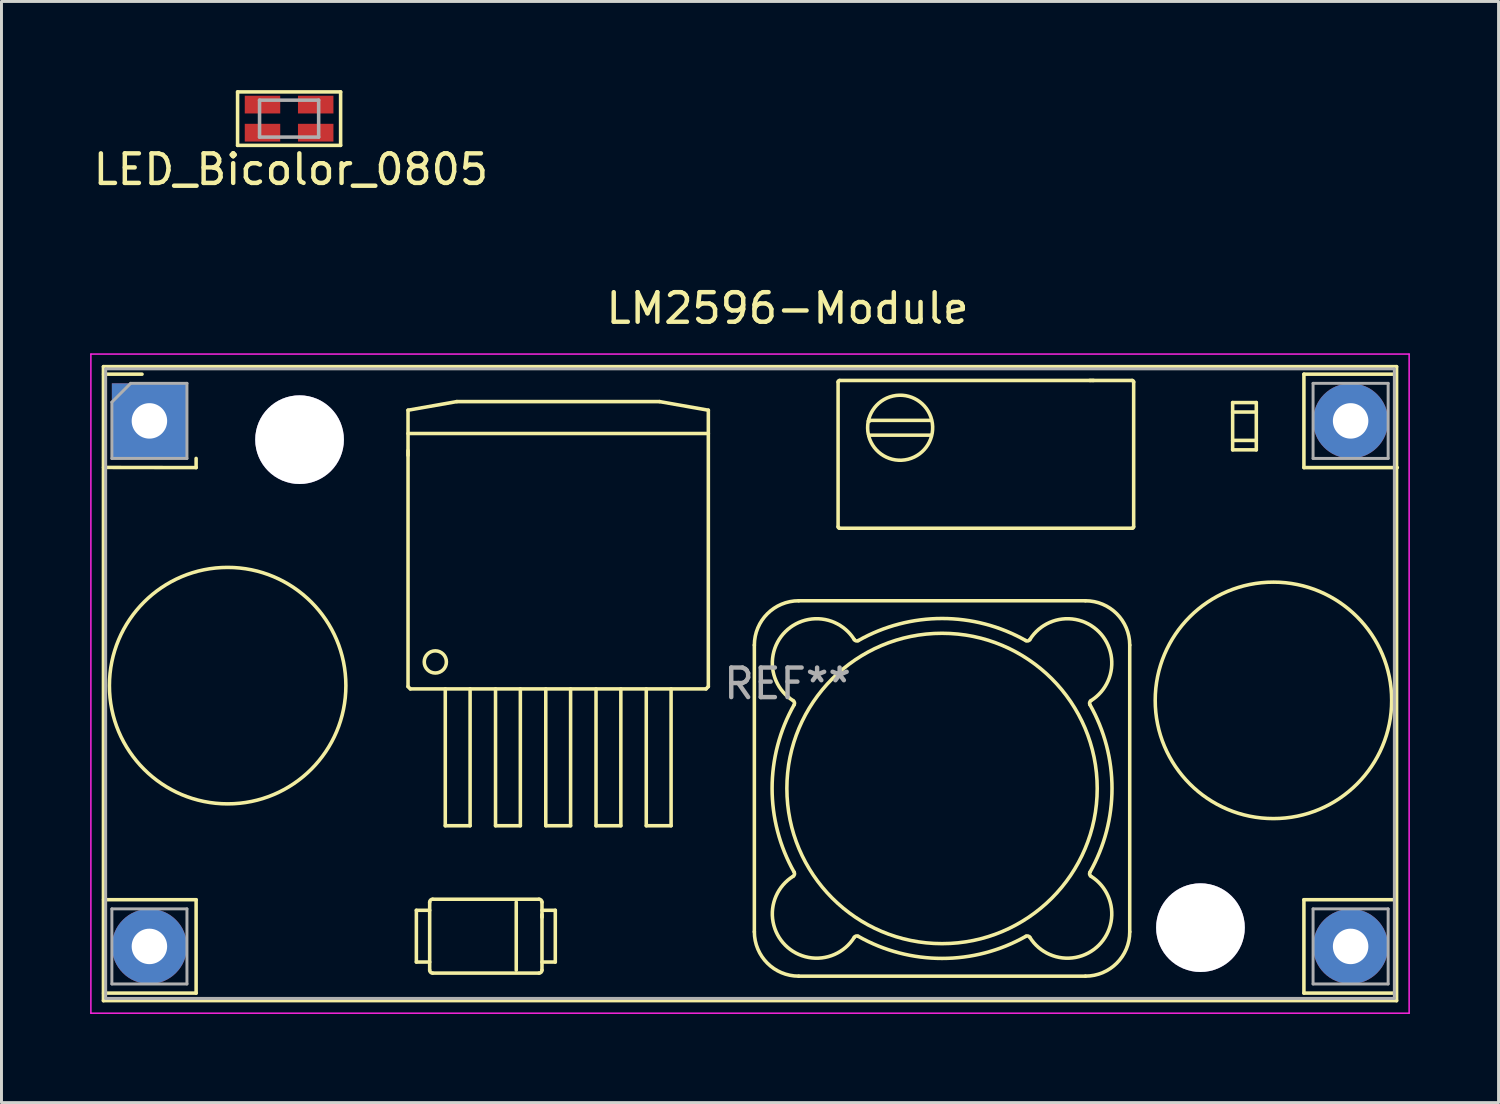
<source format=kicad_pcb>
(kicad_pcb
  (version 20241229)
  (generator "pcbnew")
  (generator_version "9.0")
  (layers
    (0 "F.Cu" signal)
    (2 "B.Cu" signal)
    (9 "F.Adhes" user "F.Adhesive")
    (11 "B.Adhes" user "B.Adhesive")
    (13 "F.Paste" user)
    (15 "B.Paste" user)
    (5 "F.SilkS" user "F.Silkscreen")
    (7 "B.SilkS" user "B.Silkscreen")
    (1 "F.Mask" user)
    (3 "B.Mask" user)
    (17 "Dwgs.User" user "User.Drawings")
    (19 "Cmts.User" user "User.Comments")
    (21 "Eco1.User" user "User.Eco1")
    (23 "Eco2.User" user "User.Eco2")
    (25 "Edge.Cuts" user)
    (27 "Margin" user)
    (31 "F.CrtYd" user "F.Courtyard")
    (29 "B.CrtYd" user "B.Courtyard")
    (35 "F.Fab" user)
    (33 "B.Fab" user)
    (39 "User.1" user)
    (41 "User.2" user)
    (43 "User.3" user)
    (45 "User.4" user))
  (footprint "LM2596-Module"
    (layer "F.Cu")
    (at 2.005 11.19)
    (property "Reference" "LM2596-Module" (at 21.59 -3.81 0) (layer "F.SilkS") (effects (font (size 1 1) (thickness 0.15))))
    (attr through_hole)
    (fp_line (start -1.555 -1.835) (end -1.555 19.615) (stroke (width 0.12) (type solid)) (layer "F.SilkS"))
    (fp_line (start -1.555 19.615) (end 42.195 19.615) (stroke (width 0.12) (type solid)) (layer "F.SilkS"))
    (fp_line (start -1.55 -1.58) (end -0.25 -1.58) (stroke (width 0.12) (type solid)) (layer "F.SilkS"))
    (fp_line (start -1.55 1.575) (end 1.58 1.58) (stroke (width 0.12) (type solid)) (layer "F.SilkS"))
    (fp_line (start -1.55 16.2) (end 1.58 16.2) (stroke (width 0.12) (type solid)) (layer "F.SilkS"))
    (fp_line (start -1.55 19.36) (end 1.58 19.36) (stroke (width 0.12) (type solid)) (layer "F.SilkS"))
    (fp_line (start 1.58 1.27) (end 1.58 1.58) (stroke (width 0.12) (type solid)) (layer "F.SilkS"))
    (fp_line (start 1.58 16.2) (end 1.58 19.36) (stroke (width 0.12) (type solid)) (layer "F.SilkS"))
    (fp_line (start 8.749 1.004) (end 8.749 1.166) (stroke (width 0.12) (type solid)) (layer "F.SilkS"))
    (fp_line (start 8.75 -0.362) (end 10.4 -0.653) (stroke (width 0.12) (type solid)) (layer "F.SilkS"))
    (fp_line (start 8.75 8.989) (end 8.75 -0.362) (stroke (width 0.12) (type solid)) (layer "F.SilkS"))
    (fp_line (start 8.75 8.989) (end 8.828 9.067) (stroke (width 0.12) (type solid)) (layer "F.SilkS"))
    (fp_line (start 8.828 9.067) (end 18.833 9.067) (stroke (width 0.12) (type solid)) (layer "F.SilkS"))
    (fp_line (start 9.032 16.558) (end 9.482 16.558) (stroke (width 0.12) (type solid)) (layer "F.SilkS"))
    (fp_line (start 9.032 18.308) (end 9.032 16.558) (stroke (width 0.12) (type solid)) (layer "F.SilkS"))
    (fp_line (start 9.482 18.308) (end 9.032 18.308) (stroke (width 0.12) (type solid)) (layer "F.SilkS"))
    (fp_line (start 9.482 18.583) (end 9.482 16.283) (stroke (width 0.12) (type solid)) (layer "F.SilkS"))
    (fp_line (start 9.582 16.183) (end 13.182 16.183) (stroke (width 0.12) (type solid)) (layer "F.SilkS"))
    (fp_line (start 10.01 13.697) (end 10.01 9.067) (stroke (width 0.12) (type solid)) (layer "F.SilkS"))
    (fp_line (start 10.01 13.697) (end 10.85 13.697) (stroke (width 0.12) (type solid)) (layer "F.SilkS"))
    (fp_line (start 10.4 -0.653) (end 17.26 -0.653) (stroke (width 0.12) (type solid)) (layer "F.SilkS"))
    (fp_line (start 10.85 13.697) (end 10.85 9.067) (stroke (width 0.12) (type solid)) (layer "F.SilkS"))
    (fp_line (start 11.71 13.697) (end 11.71 9.067) (stroke (width 0.12) (type solid)) (layer "F.SilkS"))
    (fp_line (start 11.71 13.697) (end 12.55 13.697) (stroke (width 0.12) (type solid)) (layer "F.SilkS"))
    (fp_line (start 12.411 16.283) (end 12.411 18.583) (stroke (width 0.12) (type solid)) (layer "F.SilkS"))
    (fp_line (start 12.55 13.697) (end 12.55 9.067) (stroke (width 0.12) (type solid)) (layer "F.SilkS"))
    (fp_line (start 13.182 18.683) (end 9.582 18.683) (stroke (width 0.12) (type solid)) (layer "F.SilkS"))
    (fp_line (start 13.282 16.283) (end 13.282 18.583) (stroke (width 0.12) (type solid)) (layer "F.SilkS"))
    (fp_line (start 13.282 16.558) (end 13.732 16.558) (stroke (width 0.12) (type solid)) (layer "F.SilkS"))
    (fp_line (start 13.283 16.795) (end 13.283 16.7) (stroke (width 0.12) (type solid)) (layer "F.SilkS"))
    (fp_line (start 13.41 13.697) (end 13.41 9.067) (stroke (width 0.12) (type solid)) (layer "F.SilkS"))
    (fp_line (start 13.41 13.697) (end 14.25 13.697) (stroke (width 0.12) (type solid)) (layer "F.SilkS"))
    (fp_line (start 13.732 16.558) (end 13.732 18.308) (stroke (width 0.12) (type solid)) (layer "F.SilkS"))
    (fp_line (start 13.732 18.308) (end 13.282 18.308) (stroke (width 0.12) (type solid)) (layer "F.SilkS"))
    (fp_line (start 14.25 13.697) (end 14.25 9.067) (stroke (width 0.12) (type solid)) (layer "F.SilkS"))
    (fp_line (start 15.11 13.697) (end 15.11 9.067) (stroke (width 0.12) (type solid)) (layer "F.SilkS"))
    (fp_line (start 15.11 13.697) (end 15.95 13.697) (stroke (width 0.12) (type solid)) (layer "F.SilkS"))
    (fp_line (start 15.95 13.697) (end 15.95 9.067) (stroke (width 0.12) (type solid)) (layer "F.SilkS"))
    (fp_line (start 16.81 13.697) (end 16.81 9.067) (stroke (width 0.12) (type solid)) (layer "F.SilkS"))
    (fp_line (start 16.81 13.697) (end 17.65 13.697) (stroke (width 0.12) (type solid)) (layer "F.SilkS"))
    (fp_line (start 17.26 -0.653) (end 18.91 -0.362) (stroke (width 0.12) (type solid)) (layer "F.SilkS"))
    (fp_line (start 17.65 13.697) (end 17.65 9.067) (stroke (width 0.12) (type solid)) (layer "F.SilkS"))
    (fp_line (start 18.833 9.067) (end 18.91 8.989) (stroke (width 0.12) (type solid)) (layer "F.SilkS"))
    (fp_line (start 18.91 0.427) (end 8.75 0.427) (stroke (width 0.12) (type solid)) (layer "F.SilkS"))
    (fp_line (start 18.91 8.989) (end 18.91 -0.362) (stroke (width 0.12) (type solid)) (layer "F.SilkS"))
    (fp_line (start 20.467 7.586) (end 20.467 17.286) (stroke (width 0.12) (type solid)) (layer "F.SilkS"))
    (fp_line (start 21.967 18.786) (end 31.667 18.786) (stroke (width 0.12) (type solid)) (layer "F.SilkS"))
    (fp_line (start 23.3 3.582) (end 23.3 -1.318) (stroke (width 0.12) (type solid)) (layer "F.SilkS"))
    (fp_line (start 23.35 -1.368) (end 33.25 -1.368) (stroke (width 0.12) (type solid)) (layer "F.SilkS"))
    (fp_line (start 24.336 -0.049) (end 24.361 -0.018) (stroke (width 0.12) (type solid)) (layer "F.SilkS"))
    (fp_line (start 24.349 0.007) (end 24.324 0.002) (stroke (width 0.12) (type solid)) (layer "F.SilkS"))
    (fp_line (start 24.349 0.007) (end 24.356 -0.024) (stroke (width 0.12) (type solid)) (layer "F.SilkS"))
    (fp_line (start 24.349 0.007) (end 24.361 -0.018) (stroke (width 0.12) (type solid)) (layer "F.SilkS"))
    (fp_line (start 24.361 0.482) (end 26.439 0.482) (stroke (width 0.12) (type solid)) (layer "F.SilkS"))
    (fp_line (start 26.439 -0.018) (end 24.361 -0.018) (stroke (width 0.12) (type solid)) (layer "F.SilkS"))
    (fp_line (start 31.667 6.086) (end 21.967 6.086) (stroke (width 0.12) (type solid)) (layer "F.SilkS"))
    (fp_line (start 31.859 -1.369) (end 31.814 -1.369) (stroke (width 0.12) (type solid)) (layer "F.SilkS"))
    (fp_line (start 31.942 -1.369) (end 31.908 -1.369) (stroke (width 0.12) (type solid)) (layer "F.SilkS"))
    (fp_line (start 33.167 17.286) (end 33.167 7.586) (stroke (width 0.12) (type solid)) (layer "F.SilkS"))
    (fp_line (start 33.25 3.632) (end 23.35 3.632) (stroke (width 0.12) (type solid)) (layer "F.SilkS"))
    (fp_line (start 33.3 -1.318) (end 33.3 3.582) (stroke (width 0.12) (type solid)) (layer "F.SilkS"))
    (fp_line (start 36.649 -0.3) (end 37.449 -0.3) (stroke (width 0.12) (type solid)) (layer "F.SilkS"))
    (fp_line (start 36.649 0.98) (end 36.649 -0.62) (stroke (width 0.12) (type solid)) (layer "F.SilkS"))
    (fp_line (start 37.449 -0.62) (end 36.649 -0.62) (stroke (width 0.12) (type solid)) (layer "F.SilkS"))
    (fp_line (start 37.449 -0.62) (end 37.449 0.98) (stroke (width 0.12) (type solid)) (layer "F.SilkS"))
    (fp_line (start 37.449 0.66) (end 36.649 0.66) (stroke (width 0.12) (type solid)) (layer "F.SilkS"))
    (fp_line (start 37.449 0.98) (end 36.649 0.98) (stroke (width 0.12) (type solid)) (layer "F.SilkS"))
    (fp_line (start 39.06 -1.58) (end 42.175 -1.58) (stroke (width 0.12) (type solid)) (layer "F.SilkS"))
    (fp_line (start 39.06 1.58) (end 39.06 -1.58) (stroke (width 0.12) (type solid)) (layer "F.SilkS"))
    (fp_line (start 39.06 1.58) (end 42.22 1.58) (stroke (width 0.12) (type solid)) (layer "F.SilkS"))
    (fp_line (start 39.06 16.2) (end 42.175 16.2) (stroke (width 0.12) (type solid)) (layer "F.SilkS"))
    (fp_line (start 39.06 19.36) (end 39.06 16.2) (stroke (width 0.12) (type solid)) (layer "F.SilkS"))
    (fp_line (start 39.06 19.36) (end 42.175 19.36) (stroke (width 0.12) (type solid)) (layer "F.SilkS"))
    (fp_line (start 42.195 -1.835) (end -1.555 -1.835) (stroke (width 0.12) (type solid)) (layer "F.SilkS"))
    (fp_line (start 42.195 19.615) (end 42.195 -1.835) (stroke (width 0.12) (type solid)) (layer "F.SilkS"))
    (fp_arc (start 9.481636 16.283217) (mid 9.510925 16.212506) (end 9.581636 16.183217) (stroke (width 0.12) (type solid)) (layer "F.SilkS"))
    (fp_arc (start 9.581636 18.683217) (mid 9.510925 18.653928) (end 9.481636 18.583217) (stroke (width 0.12) (type solid)) (layer "F.SilkS"))
    (fp_arc (start 13.181636 16.183217) (mid 13.252347 16.212506) (end 13.281636 16.283217) (stroke (width 0.12) (type solid)) (layer "F.SilkS"))
    (fp_arc (start 13.281636 18.583217) (mid 13.252347 18.653928) (end 13.181636 18.683217) (stroke (width 0.12) (type solid)) (layer "F.SilkS"))
    (fp_arc (start 20.467397 7.585796) (mid 20.906737 6.525136) (end 21.967397 6.085796) (stroke (width 0.12) (type solid)) (layer "F.SilkS"))
    (fp_arc (start 21.781131 9.46601) (mid 21.825145 9.526245) (end 21.815218 9.600183) (stroke (width 0.12) (type solid)) (layer "F.SilkS"))
    (fp_arc (start 21.781132 9.466011) (mid 21.514096 7.132496) (end 23.847611 7.399531) (stroke (width 0.12) (type solid)) (layer "F.SilkS"))
    (fp_arc (start 21.815217 15.271409) (mid 21.825145 15.345347) (end 21.781132 15.405582) (stroke (width 0.12) (type solid)) (layer "F.SilkS"))
    (fp_arc (start 21.815218 15.27141) (mid 21.067397 12.435796) (end 21.815218 9.600183) (stroke (width 0.12) (type solid)) (layer "F.SilkS"))
    (fp_arc (start 21.967397 18.785796) (mid 20.906737 18.346456) (end 20.467397 17.285796) (stroke (width 0.12) (type solid)) (layer "F.SilkS"))
    (fp_arc (start 23.299783 -1.317705) (mid 23.314428 -1.35306) (end 23.349783 -1.367705) (stroke (width 0.12) (type solid)) (layer "F.SilkS"))
    (fp_arc (start 23.349783 3.632294) (mid 23.314428 3.617649) (end 23.299783 3.582294) (stroke (width 0.12) (type solid)) (layer "F.SilkS"))
    (fp_arc (start 23.847611 17.472062) (mid 21.514095 17.739097) (end 21.781132 15.405582) (stroke (width 0.12) (type solid)) (layer "F.SilkS"))
    (fp_arc (start 23.847611 17.472062) (mid 23.907845 17.428049) (end 23.981783 17.437976) (stroke (width 0.12) (type solid)) (layer "F.SilkS"))
    (fp_arc (start 23.981783 7.433617) (mid 23.907845 7.443544) (end 23.847611 7.399531) (stroke (width 0.12) (type solid)) (layer "F.SilkS"))
    (fp_arc (start 23.981784 7.433617) (mid 26.817397 6.685796) (end 29.653011 7.433617) (stroke (width 0.12) (type solid)) (layer "F.SilkS"))
    (fp_arc (start 24.324148 0.462527) (mid 26.469605 -0.023594) (end 24.336385 0.51369) (stroke (width 0.12) (type solid)) (layer "F.SilkS"))
    (fp_arc (start 29.653011 17.437976) (mid 26.817397 18.185797) (end 23.981783 17.437976) (stroke (width 0.12) (type solid)) (layer "F.SilkS"))
    (fp_arc (start 29.653011 17.437976) (mid 29.726949 17.428049) (end 29.787183 17.472062) (stroke (width 0.12) (type solid)) (layer "F.SilkS"))
    (fp_arc (start 29.787183 7.399531) (mid 29.726949 7.443544) (end 29.653011 7.433617) (stroke (width 0.12) (type solid)) (layer "F.SilkS"))
    (fp_arc (start 29.787183 7.399531) (mid 32.120699 7.132496) (end 31.853662 9.466011) (stroke (width 0.12) (type solid)) (layer "F.SilkS"))
    (fp_arc (start 31.667397 6.085796) (mid 32.728057 6.525136) (end 33.167397 7.585796) (stroke (width 0.12) (type solid)) (layer "F.SilkS"))
    (fp_arc (start 31.819576 9.600183) (mid 32.567397 12.435796) (end 31.819576 15.27141) (stroke (width 0.12) (type solid)) (layer "F.SilkS"))
    (fp_arc (start 31.819577 9.600184) (mid 31.809649 9.526246) (end 31.853662 9.466011) (stroke (width 0.12) (type solid)) (layer "F.SilkS"))
    (fp_arc (start 31.853662 15.405582) (mid 32.120698 17.739097) (end 29.787183 17.472062) (stroke (width 0.12) (type solid)) (layer "F.SilkS"))
    (fp_arc (start 31.853663 15.405583) (mid 31.809649 15.345348) (end 31.819576 15.27141) (stroke (width 0.12) (type solid)) (layer "F.SilkS"))
    (fp_arc (start 33.167397 17.285796) (mid 32.728057 18.346456) (end 31.667397 18.785796) (stroke (width 0.12) (type solid)) (layer "F.SilkS"))
    (fp_arc (start 33.249783 -1.367705) (mid 33.285138 -1.35306) (end 33.299783 -1.317705) (stroke (width 0.12) (type solid)) (layer "F.SilkS"))
    (fp_arc (start 33.299783 3.582294) (mid 33.285138 3.617649) (end 33.249783 3.632294) (stroke (width 0.12) (type solid)) (layer "F.SilkS"))
    (fp_circle (center 2.647 8.957) (end 6.647 8.957) (stroke (width 0.12) (type solid)) (fill no) (layer "F.SilkS"))
    (fp_circle (center 9.673 8.155) (end 10.048 8.155) (stroke (width 0.12) (type solid)) (fill no) (layer "F.SilkS"))
    (fp_circle (center 26.817 12.436) (end 32.067 12.436) (stroke (width 0.12) (type solid)) (fill no) (layer "F.SilkS"))
    (fp_circle (center 38.029 9.455) (end 42.029 9.455) (stroke (width 0.12) (type solid)) (fill no) (layer "F.SilkS"))
    (fp_line (start -1.98 -2.26) (end 42.62 -2.26) (stroke (width 0.05) (type solid)) (layer "F.CrtYd"))
    (fp_line (start -1.98 20.04) (end -1.98 -2.26) (stroke (width 0.05) (type solid)) (layer "F.CrtYd"))
    (fp_line (start 42.62 -2.26) (end 42.62 20.04) (stroke (width 0.05) (type solid)) (layer "F.CrtYd"))
    (fp_line (start 42.62 20.04) (end -1.98 20.04) (stroke (width 0.05) (type solid)) (layer "F.CrtYd"))
    (fp_line (start -1.48 -1.76) (end -1.48 19.54) (stroke (width 0.1) (type solid)) (layer "F.Fab"))
    (fp_line (start -1.48 19.54) (end 42.12 19.54) (stroke (width 0.1) (type solid)) (layer "F.Fab"))
    (fp_line (start -1.27 -0.635) (end -0.635 -1.27) (stroke (width 0.1) (type solid)) (layer "F.Fab"))
    (fp_line (start -1.27 1.27) (end -1.27 -0.635) (stroke (width 0.1) (type solid)) (layer "F.Fab"))
    (fp_line (start -1.27 16.51) (end 1.27 16.51) (stroke (width 0.1) (type solid)) (layer "F.Fab"))
    (fp_line (start -1.27 19.05) (end -1.27 16.51) (stroke (width 0.1) (type solid)) (layer "F.Fab"))
    (fp_line (start -0.635 -1.27) (end 1.27 -1.27) (stroke (width 0.1) (type solid)) (layer "F.Fab"))
    (fp_line (start 1.27 -1.27) (end 1.27 1.27) (stroke (width 0.1) (type solid)) (layer "F.Fab"))
    (fp_line (start 1.27 1.27) (end -1.27 1.27) (stroke (width 0.1) (type solid)) (layer "F.Fab"))
    (fp_line (start 1.27 16.51) (end 1.27 19.05) (stroke (width 0.1) (type solid)) (layer "F.Fab"))
    (fp_line (start 1.27 19.05) (end -1.27 19.05) (stroke (width 0.1) (type solid)) (layer "F.Fab"))
    (fp_line (start 39.37 -1.27) (end 41.91 -1.27) (stroke (width 0.1) (type solid)) (layer "F.Fab"))
    (fp_line (start 39.37 1.27) (end 39.37 -1.27) (stroke (width 0.1) (type solid)) (layer "F.Fab"))
    (fp_line (start 39.37 16.51) (end 41.91 16.51) (stroke (width 0.1) (type solid)) (layer "F.Fab"))
    (fp_line (start 39.37 19.05) (end 39.37 16.51) (stroke (width 0.1) (type solid)) (layer "F.Fab"))
    (fp_line (start 41.91 -1.27) (end 41.91 1.27) (stroke (width 0.1) (type solid)) (layer "F.Fab"))
    (fp_line (start 41.91 1.27) (end 39.37 1.27) (stroke (width 0.1) (type solid)) (layer "F.Fab"))
    (fp_line (start 41.91 16.51) (end 41.91 19.05) (stroke (width 0.1) (type solid)) (layer "F.Fab"))
    (fp_line (start 41.91 19.05) (end 39.37 19.05) (stroke (width 0.1) (type solid)) (layer "F.Fab"))
    (fp_line (start 42.12 -1.76) (end -1.48 -1.76) (stroke (width 0.1) (type solid)) (layer "F.Fab"))
    (fp_line (start 42.12 19.54) (end 42.12 -1.76) (stroke (width 0.1) (type solid)) (layer "F.Fab"))
    (fp_text user "REF**" (at 21.59 8.89 0) (layer "F.Fab") (effects (font (size 1 1) (thickness 0.15))))
    (pad "0" thru_hole circle (at 5.08 0.635 1.6) (size 3 3) (drill 3) (layers "*.Cu" "*.Mask"))
    (pad "0" thru_hole circle (at 35.56 17.145 1.6) (size 3 3) (drill 3) (layers "*.Cu" "*.Mask"))
    (pad "1" thru_hole rect (at 0 0) (size 2.54 2.54) (drill 1.2) (layers "*.Cu" "*.Mask"))
    (pad "2" thru_hole circle (at 0 17.78) (size 2.54 2.54) (drill 1.2) (layers "*.Cu" "*.Mask"))
    (pad "3" thru_hole circle (at 40.64 17.78) (size 2.54 2.54) (drill 1.2) (layers "*.Cu" "*.Mask"))
    (pad "4" thru_hole circle (at 40.64 0) (size 2.54 2.54) (drill 1.2) (layers "*.Cu" "*.Mask")))
  (footprint "LED_Bicolor_0805"
    (layer "F.Cu")
    (at 6.731 0.964)
    (property "Reference" "LED_Bicolor_0805" (at 0.061 1.719 0) (layer "F.SilkS") (effects (font (size 1 1) (thickness 0.15))))
    (attr through_hole)
    (fp_line (start -1.743 -0.904) (end 1.743 -0.904) (stroke (width 0.12) (type solid)) (layer "F.SilkS"))
    (fp_line (start -1.743 0.904) (end -1.743 -0.904) (stroke (width 0.12) (type solid)) (layer "F.SilkS"))
    (fp_line (start 1.743 -0.904) (end 1.743 0.904) (stroke (width 0.12) (type solid)) (layer "F.SilkS"))
    (fp_line (start 1.743 0.904) (end -1.743 0.904) (stroke (width 0.12) (type solid)) (layer "F.SilkS"))
    (fp_line (start -1 -0.625) (end -1 0.625) (stroke (width 0.12) (type solid)) (layer "F.Fab"))
    (fp_line (start -1 -0.625) (end 1 -0.625) (stroke (width 0.12) (type solid)) (layer "F.Fab"))
    (fp_line (start 1 -0.625) (end 1 0.625) (stroke (width 0.12) (type solid)) (layer "F.Fab"))
    (fp_line (start 1 0.625) (end -1 0.625) (stroke (width 0.12) (type solid)) (layer "F.Fab"))
    (pad "1" smd rect (at 0.3 -0.175) (size 1.2 0.6) (drill (offset 0.6 -0.3)) (layers "F.Cu" "F.Mask" "F.Paste"))
    (pad "2" smd rect (at -0.3 -0.175) (size 1.2 0.6) (drill (offset -0.6 -0.3)) (layers "F.Cu" "F.Mask" "F.Paste"))
    (pad "3" smd rect (at -0.3 0.175) (size 1.2 0.6) (drill (offset -0.6 0.3)) (layers "F.Cu" "F.Mask" "F.Paste"))
    (pad "4" smd rect (at 0.3 0.175) (size 1.2 0.6) (drill (offset 0.6 0.3)) (layers "F.Cu" "F.Mask" "F.Paste")))
  (gr_rect
    (start -3 -3)
    (end 47.65 34.255)
    (stroke (width 0.1) (type default))
    (fill no)
    (layer "Edge.Cuts")))
</source>
